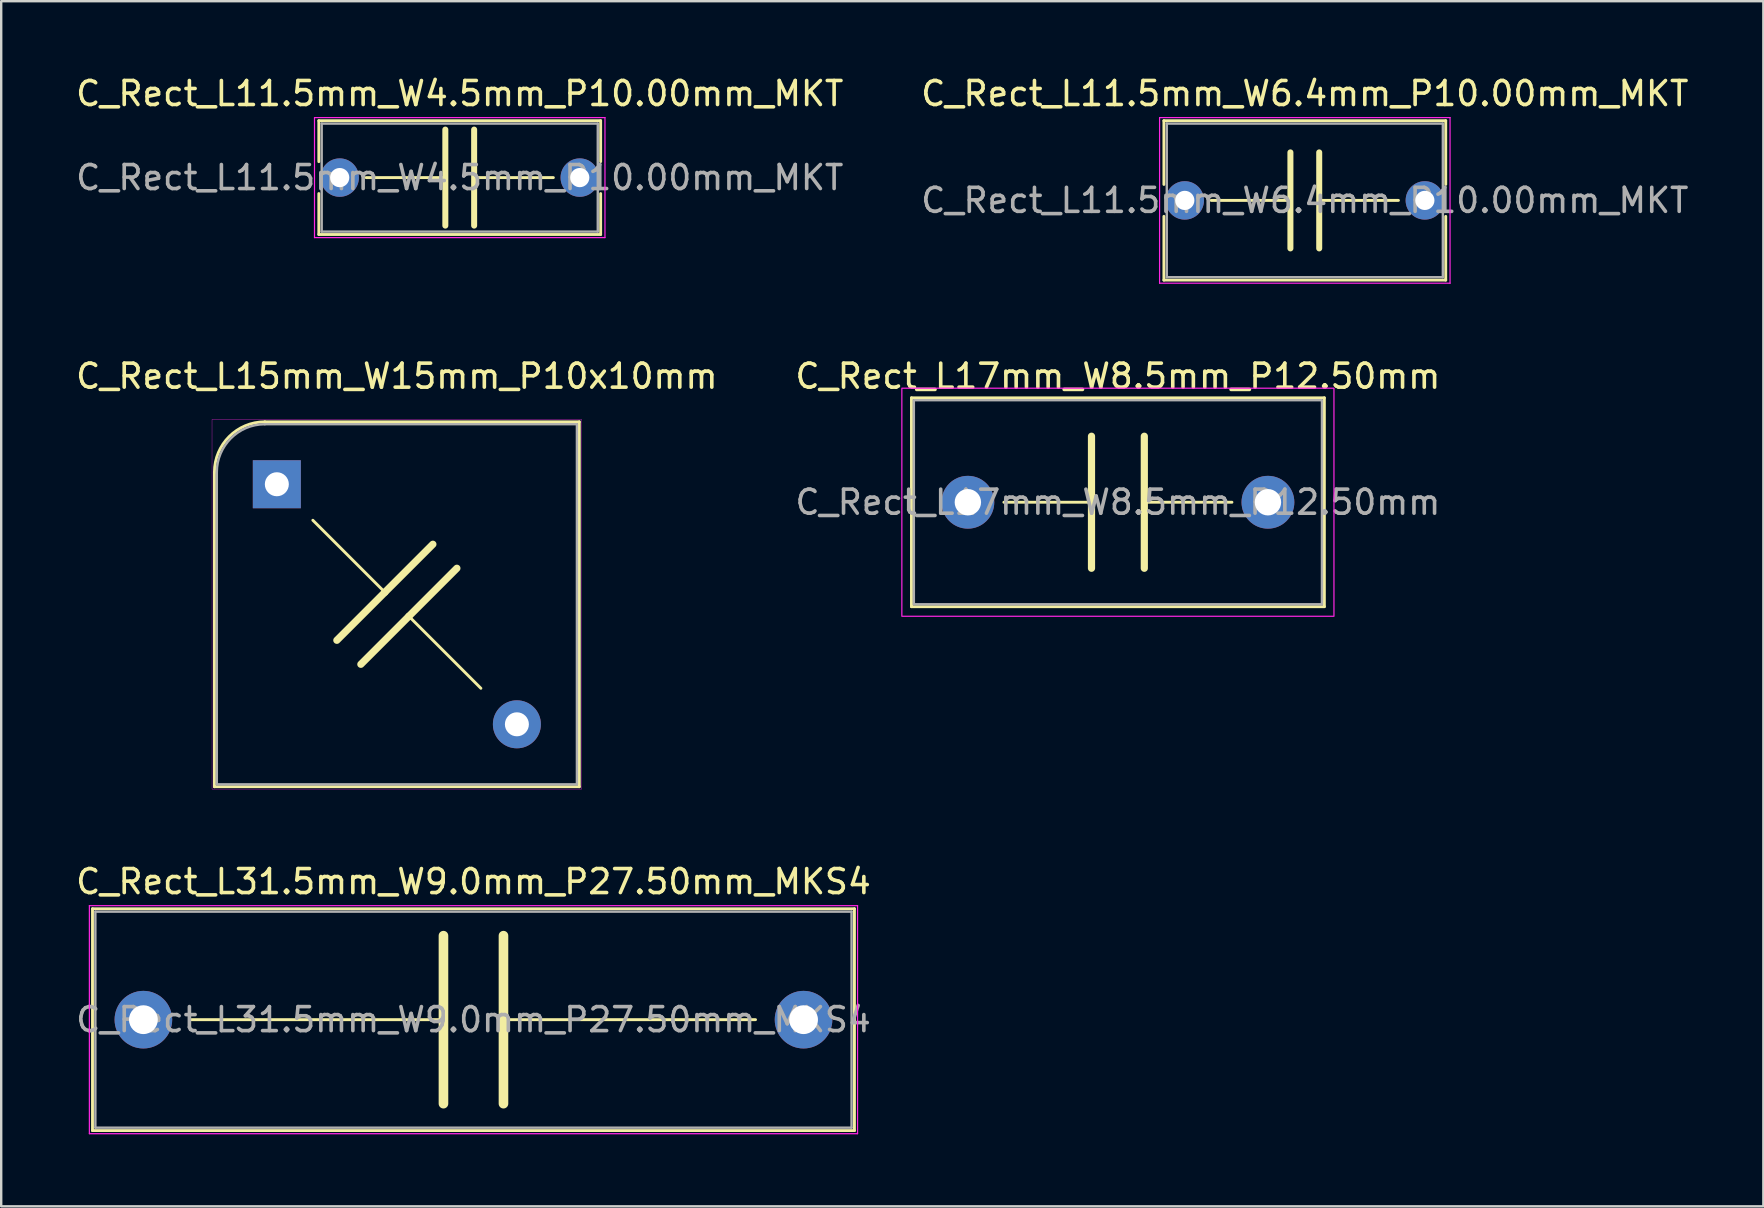
<source format=kicad_pcb>
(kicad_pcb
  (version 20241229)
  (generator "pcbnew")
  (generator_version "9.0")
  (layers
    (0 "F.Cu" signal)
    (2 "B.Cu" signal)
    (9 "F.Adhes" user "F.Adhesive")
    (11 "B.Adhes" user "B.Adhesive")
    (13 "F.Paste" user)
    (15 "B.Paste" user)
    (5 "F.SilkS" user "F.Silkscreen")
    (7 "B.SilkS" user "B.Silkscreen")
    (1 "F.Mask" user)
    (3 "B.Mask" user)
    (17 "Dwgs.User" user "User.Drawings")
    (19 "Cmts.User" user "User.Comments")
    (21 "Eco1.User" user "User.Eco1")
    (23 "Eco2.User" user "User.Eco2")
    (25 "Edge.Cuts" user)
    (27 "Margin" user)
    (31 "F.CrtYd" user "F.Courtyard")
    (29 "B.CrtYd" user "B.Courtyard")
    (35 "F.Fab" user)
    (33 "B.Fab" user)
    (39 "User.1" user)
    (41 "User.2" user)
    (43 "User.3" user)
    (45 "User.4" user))
  (footprint "C_Rect_L31.5mm_W9.0mm_P27.50mm_MKS4"
    (layer "F.Cu")
    (at 2.923 39.426)
    (property "Reference" "C_Rect_L31.5mm_W9.0mm_P27.50mm_MKS4" (at 13.75 -5.75 0) (layer "F.SilkS") (effects (font (size 1 1) (thickness 0.15))))
    (attr through_hole)
    (fp_line (start -2.12 -4.62) (end -2.12 4.62) (stroke (width 0.12) (type solid)) (layer "F.SilkS"))
    (fp_line (start -2.12 -4.62) (end 29.62 -4.62) (stroke (width 0.12) (type solid)) (layer "F.SilkS"))
    (fp_line (start -2.12 4.62) (end 29.62 4.62) (stroke (width 0.12) (type solid)) (layer "F.SilkS"))
    (fp_line (start 2 0) (end 12.5 0) (stroke (width 0.12) (type solid)) (layer "F.SilkS"))
    (fp_line (start 12.5 -3.5) (end 12.5 3.5) (stroke (width 0.4) (type solid)) (layer "F.SilkS"))
    (fp_line (start 15 -3.5) (end 15 3.5) (stroke (width 0.4) (type solid)) (layer "F.SilkS"))
    (fp_line (start 15 0) (end 25.5 0) (stroke (width 0.12) (type solid)) (layer "F.SilkS"))
    (fp_line (start 29.62 -4.62) (end 29.62 4.62) (stroke (width 0.12) (type solid)) (layer "F.SilkS"))
    (fp_line (start -2.25 -4.75) (end -2.25 4.75) (stroke (width 0.05) (type solid)) (layer "F.CrtYd"))
    (fp_line (start -2.25 4.75) (end 29.75 4.75) (stroke (width 0.05) (type solid)) (layer "F.CrtYd"))
    (fp_line (start 29.75 -4.75) (end -2.25 -4.75) (stroke (width 0.05) (type solid)) (layer "F.CrtYd"))
    (fp_line (start 29.75 4.75) (end 29.75 -4.75) (stroke (width 0.05) (type solid)) (layer "F.CrtYd"))
    (fp_line (start -2 -4.5) (end -2 4.5) (stroke (width 0.1) (type solid)) (layer "F.Fab"))
    (fp_line (start -2 4.5) (end 29.5 4.5) (stroke (width 0.1) (type solid)) (layer "F.Fab"))
    (fp_line (start 29.5 -4.5) (end -2 -4.5) (stroke (width 0.1) (type solid)) (layer "F.Fab"))
    (fp_line (start 29.5 4.5) (end 29.5 -4.5) (stroke (width 0.1) (type solid)) (layer "F.Fab"))
    (fp_text user "${REFERENCE}" (at 13.75 0 0) (layer "F.Fab") (effects (font (size 1 1) (thickness 0.15))))
    (pad "1" thru_hole circle (at 0 0) (size 2.4 2.4) (drill 1.2) (layers "*.Cu" "*.Mask"))
    (pad "2" thru_hole circle (at 27.5 0) (size 2.4 2.4) (drill 1.2) (layers "*.Cu" "*.Mask")))
  (footprint "C_Rect_L11.5mm_W4.5mm_P10.00mm_MKT"
    (layer "F.Cu")
    (at 11.101 4.348)
    (property "Reference" "C_Rect_L11.5mm_W4.5mm_P10.00mm_MKT" (at 5 -3.5 0) (layer "F.SilkS") (effects (font (size 1 1) (thickness 0.15))))
    (attr through_hole)
    (fp_line (start -0.87 -2.37) (end -0.87 -0.665) (stroke (width 0.12) (type solid)) (layer "F.SilkS"))
    (fp_line (start -0.87 -2.37) (end 10.87 -2.37) (stroke (width 0.12) (type solid)) (layer "F.SilkS"))
    (fp_line (start -0.87 0.665) (end -0.87 2.37) (stroke (width 0.12) (type solid)) (layer "F.SilkS"))
    (fp_line (start -0.87 2.37) (end 10.87 2.37) (stroke (width 0.12) (type solid)) (layer "F.SilkS"))
    (fp_line (start 1.1 0) (end 4.4 0) (stroke (width 0.12) (type solid)) (layer "F.SilkS"))
    (fp_line (start 4.4 2) (end 4.4 -2) (stroke (width 0.25) (type solid)) (layer "F.SilkS"))
    (fp_line (start 5.6 2) (end 5.6 -2) (stroke (width 0.25) (type solid)) (layer "F.SilkS"))
    (fp_line (start 8.9 0) (end 5.6 0) (stroke (width 0.12) (type solid)) (layer "F.SilkS"))
    (fp_line (start 10.87 -2.37) (end 10.87 -0.665) (stroke (width 0.12) (type solid)) (layer "F.SilkS"))
    (fp_line (start 10.87 0.665) (end 10.87 2.37) (stroke (width 0.12) (type solid)) (layer "F.SilkS"))
    (fp_line (start -1.05 -2.5) (end -1.05 2.5) (stroke (width 0.05) (type solid)) (layer "F.CrtYd"))
    (fp_line (start -1.05 2.5) (end 11.05 2.5) (stroke (width 0.05) (type solid)) (layer "F.CrtYd"))
    (fp_line (start 11.05 -2.5) (end -1.05 -2.5) (stroke (width 0.05) (type solid)) (layer "F.CrtYd"))
    (fp_line (start 11.05 2.5) (end 11.05 -2.5) (stroke (width 0.05) (type solid)) (layer "F.CrtYd"))
    (fp_line (start -0.75 -2.25) (end -0.75 2.25) (stroke (width 0.1) (type solid)) (layer "F.Fab"))
    (fp_line (start -0.75 2.25) (end 10.75 2.25) (stroke (width 0.1) (type solid)) (layer "F.Fab"))
    (fp_line (start 10.75 -2.25) (end -0.75 -2.25) (stroke (width 0.1) (type solid)) (layer "F.Fab"))
    (fp_line (start 10.75 2.25) (end 10.75 -2.25) (stroke (width 0.1) (type solid)) (layer "F.Fab"))
    (fp_text user "${REFERENCE}" (at 5 0 0) (layer "F.Fab") (effects (font (size 1 1) (thickness 0.15))))
    (pad "1" thru_hole circle (at 0 0) (size 1.6 1.6) (drill 0.8) (layers "*.Cu" "*.Mask"))
    (pad "2" thru_hole circle (at 10 0) (size 1.6 1.6) (drill 0.8) (layers "*.Cu" "*.Mask")))
  (footprint "C_Rect_L11.5mm_W6.4mm_P10.00mm_MKT"
    (layer "F.Cu")
    (at 46.304 5.298)
    (property "Reference" "C_Rect_L11.5mm_W6.4mm_P10.00mm_MKT" (at 5 -4.45 0) (layer "F.SilkS") (effects (font (size 1 1) (thickness 0.15))))
    (attr through_hole)
    (fp_line (start -0.87 -3.32) (end -0.87 -0.665) (stroke (width 0.12) (type solid)) (layer "F.SilkS"))
    (fp_line (start -0.87 -3.32) (end 10.87 -3.32) (stroke (width 0.12) (type solid)) (layer "F.SilkS"))
    (fp_line (start -0.87 0.665) (end -0.87 3.32) (stroke (width 0.12) (type solid)) (layer "F.SilkS"))
    (fp_line (start -0.87 3.32) (end 10.87 3.32) (stroke (width 0.12) (type solid)) (layer "F.SilkS"))
    (fp_line (start 1.1 0) (end 4.4 0) (stroke (width 0.12) (type solid)) (layer "F.SilkS"))
    (fp_line (start 4.4 2) (end 4.4 -2) (stroke (width 0.25) (type solid)) (layer "F.SilkS"))
    (fp_line (start 5.6 2) (end 5.6 -2) (stroke (width 0.25) (type solid)) (layer "F.SilkS"))
    (fp_line (start 8.9 0) (end 5.6 0) (stroke (width 0.12) (type solid)) (layer "F.SilkS"))
    (fp_line (start 10.87 -3.32) (end 10.87 -0.665) (stroke (width 0.12) (type solid)) (layer "F.SilkS"))
    (fp_line (start 10.87 0.665) (end 10.87 3.32) (stroke (width 0.12) (type solid)) (layer "F.SilkS"))
    (fp_line (start -1.05 -3.45) (end -1.05 3.45) (stroke (width 0.05) (type solid)) (layer "F.CrtYd"))
    (fp_line (start -1.05 3.45) (end 11.05 3.45) (stroke (width 0.05) (type solid)) (layer "F.CrtYd"))
    (fp_line (start 11.05 -3.45) (end -1.05 -3.45) (stroke (width 0.05) (type solid)) (layer "F.CrtYd"))
    (fp_line (start 11.05 3.45) (end 11.05 -3.45) (stroke (width 0.05) (type solid)) (layer "F.CrtYd"))
    (fp_line (start -0.75 -3.2) (end -0.75 3.2) (stroke (width 0.1) (type solid)) (layer "F.Fab"))
    (fp_line (start -0.75 3.2) (end 10.75 3.2) (stroke (width 0.1) (type solid)) (layer "F.Fab"))
    (fp_line (start 10.75 -3.2) (end -0.75 -3.2) (stroke (width 0.1) (type solid)) (layer "F.Fab"))
    (fp_line (start 10.75 3.2) (end 10.75 -3.2) (stroke (width 0.1) (type solid)) (layer "F.Fab"))
    (fp_text user "${REFERENCE}" (at 5 0 0) (layer "F.Fab") (effects (font (size 1 1) (thickness 0.15))))
    (pad "1" thru_hole circle (at 0 0) (size 1.6 1.6) (drill 0.8) (layers "*.Cu" "*.Mask"))
    (pad "2" thru_hole circle (at 10 0) (size 1.6 1.6) (drill 0.8) (layers "*.Cu" "*.Mask")))
  (footprint "C_Rect_L15mm_W15mm_P10x10mm"
    (layer "F.Cu")
    (at 13.482 22.122)
    (property "Reference" "C_Rect_L15mm_W15mm_P10x10mm" (at 0 -9.5 0) (unlocked yes) (layer "F.SilkS") (effects (font (size 1 1) (thickness 0.15))))
    (fp_line (start -7.6 -5.5) (end -7.6 7.6) (stroke (width 0.12) (type solid)) (layer "F.SilkS"))
    (fp_line (start -7.6 7.6) (end 7.6 7.6) (stroke (width 0.12) (type solid)) (layer "F.SilkS"))
    (fp_line (start -3.5 -3.5) (end -0.5 -0.5) (stroke (width 0.12) (type solid)) (layer "F.SilkS"))
    (fp_line (start -0.5 -0.5) (end -2.5 1.5) (stroke (width 0.3) (type solid)) (layer "F.SilkS"))
    (fp_line (start -0.5 -0.5) (end 1.5 -2.5) (stroke (width 0.3) (type solid)) (layer "F.SilkS"))
    (fp_line (start 0.5 0.5) (end -1.5 2.5) (stroke (width 0.3) (type solid)) (layer "F.SilkS"))
    (fp_line (start 0.5 0.5) (end 2.5 -1.5) (stroke (width 0.3) (type solid)) (layer "F.SilkS"))
    (fp_line (start 3.5 3.5) (end 0.5 0.5) (stroke (width 0.12) (type solid)) (layer "F.SilkS"))
    (fp_line (start 7.6 -7.6) (end -5.5 -7.6) (stroke (width 0.12) (type solid)) (layer "F.SilkS"))
    (fp_line (start 7.6 7.6) (end 7.6 -7.6) (stroke (width 0.12) (type solid)) (layer "F.SilkS"))
    (fp_arc (start -7.6 -5.5) (mid -6.984924 -6.984924) (end -5.5 -7.6) (stroke (width 0.12) (type solid)) (layer "F.SilkS"))
    (fp_rect (start -7.7 -7.7) (end 7.7 7.7) (stroke (width 0.013) (type solid)) (fill no) (layer "F.CrtYd"))
    (fp_line (start -7.5 -5.5) (end -7.5 7.5) (stroke (width 0.1) (type solid)) (layer "F.Fab"))
    (fp_line (start -7.5 7.5) (end 7.5 7.5) (stroke (width 0.1) (type solid)) (layer "F.Fab"))
    (fp_line (start 7.5 -7.5) (end -5.5 -7.5) (stroke (width 0.1) (type solid)) (layer "F.Fab"))
    (fp_line (start 7.5 7.5) (end 7.5 -7.5) (stroke (width 0.1) (type solid)) (layer "F.Fab"))
    (fp_arc (start -7.5 -5.5) (mid -6.914214 -6.914214) (end -5.5 -7.5) (stroke (width 0.1) (type solid)) (layer "F.Fab"))
    (pad "1" thru_hole rect (at -5 -5) (size 2 2) (drill 1) (layers "*.Cu" "*.Mask"))
    (pad "2" thru_hole circle (at 5 5) (size 2 2) (drill 1) (layers "*.Cu" "*.Mask")))
  (footprint "C_Rect_L17mm_W8.5mm_P12.50mm"
    (layer "F.Cu")
    (at 37.268 17.872)
    (property "Reference" "C_Rect_L17mm_W8.5mm_P12.50mm" (at 6.25 -5.25 0) (layer "F.SilkS") (effects (font (size 1 1) (thickness 0.15))))
    (attr through_hole)
    (fp_line (start -2.35 -4.35) (end -2.35 4.35) (stroke (width 0.12) (type solid)) (layer "F.SilkS"))
    (fp_line (start -2.35 4.35) (end 14.85 4.35) (stroke (width 0.12) (type solid)) (layer "F.SilkS"))
    (fp_line (start 1.5 0) (end 5.15 0) (stroke (width 0.12) (type solid)) (layer "F.SilkS"))
    (fp_line (start 5.15 -2.75) (end 5.15 2.75) (stroke (width 0.3) (type solid)) (layer "F.SilkS"))
    (fp_line (start 7.35 -2.75) (end 7.35 2.75) (stroke (width 0.3) (type solid)) (layer "F.SilkS"))
    (fp_line (start 7.35 0) (end 11 0) (stroke (width 0.12) (type solid)) (layer "F.SilkS"))
    (fp_line (start 14.85 -4.35) (end -2.35 -4.35) (stroke (width 0.12) (type solid)) (layer "F.SilkS"))
    (fp_line (start 14.85 4.35) (end 14.85 -4.35) (stroke (width 0.12) (type solid)) (layer "F.SilkS"))
    (fp_rect (start -2.75 -4.75) (end 15.25 4.75) (stroke (width 0.05) (type solid)) (fill no) (layer "F.CrtYd"))
    (fp_rect (start -2.25 -4.25) (end 14.75 4.25) (stroke (width 0.1) (type solid)) (fill no) (layer "F.Fab"))
    (fp_text user "${REFERENCE}" (at 6.25 0 0) (layer "F.Fab") (effects (font (size 1 1) (thickness 0.15))))
    (pad "1" thru_hole circle (at 0 0) (size 2.2 2.2) (drill 1.1) (layers "*.Cu" "*.Mask"))
    (pad "2" thru_hole circle (at 12.5 0) (size 2.2 2.2) (drill 1.1) (layers "*.Cu" "*.Mask")))
  (gr_rect
    (start -3 -3)
    (end 70.405 47.201)
    (stroke (width 0.1) (type default))
    (fill no)
    (layer "Edge.Cuts")))
</source>
